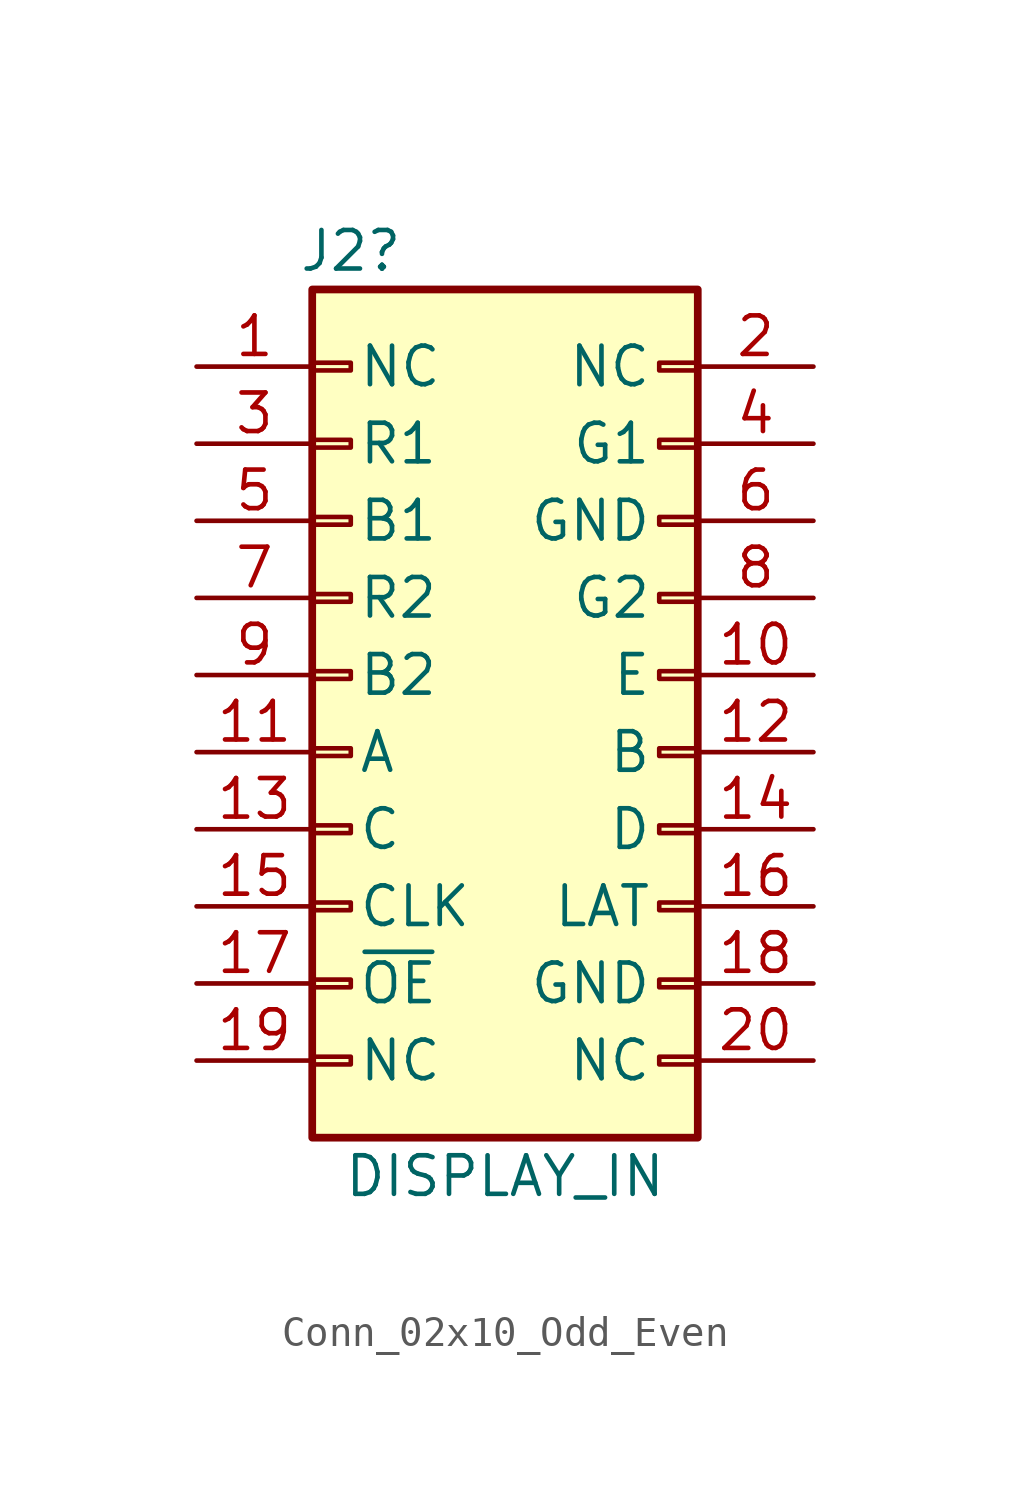
<source format=kicad_sym>
(kicad_symbol_lib
  (version 20220914)
  (generator kicad_symbol_editor)
  (symbol "Conn_02x10_Odd_Even"
    (pin_names
      (offset 1.5))
    (property "Reference" "J2"
      (at -5.08 15.24 0)
      (effects (font (size 1.27 1.27))))
    (property "Value" "DISPLAY_IN"
      (at 0 -15.24 0)
      (effects (font (size 1.27 1.27))))
    (symbol "Conn_02x10_Odd_Even_1_1"
      (rectangle (start -6.35 -11.303) (end -5.08 -11.557) (stroke (width 0.152) (type default)) (fill (type none)))
      (rectangle (start -6.35 -8.763) (end -5.08 -9.017) (stroke (width 0.152) (type default)) (fill (type none)))
      (rectangle (start -6.35 -6.223) (end -5.08 -6.477) (stroke (width 0.152) (type default)) (fill (type none)))
      (rectangle (start -6.35 -3.683) (end -5.08 -3.937) (stroke (width 0.152) (type default)) (fill (type none)))
      (rectangle (start -6.35 -1.143) (end -5.08 -1.397) (stroke (width 0.152) (type default)) (fill (type none)))
      (rectangle (start -6.35 1.397) (end -5.08 1.143) (stroke (width 0.152) (type default)) (fill (type none)))
      (rectangle (start -6.35 3.937) (end -5.08 3.683) (stroke (width 0.152) (type default)) (fill (type none)))
      (rectangle (start -6.35 6.477) (end -5.08 6.223) (stroke (width 0.152) (type default)) (fill (type none)))
      (rectangle (start -6.35 9.017) (end -5.08 8.763) (stroke (width 0.152) (type default)) (fill (type none)))
      (rectangle (start -6.35 11.557) (end -5.08 11.303) (stroke (width 0.152) (type default)) (fill (type none)))
      (rectangle (start -6.35 13.97) (end 6.35 -13.97) (stroke (width 0.254) (type default)) (fill (type background)))
      (rectangle (start 6.35 -11.303) (end 5.08 -11.557) (stroke (width 0.152) (type default)) (fill (type none)))
      (rectangle (start 6.35 -8.763) (end 5.08 -9.017) (stroke (width 0.152) (type default)) (fill (type none)))
      (rectangle (start 6.35 -6.223) (end 5.08 -6.477) (stroke (width 0.152) (type default)) (fill (type none)))
      (rectangle (start 6.35 -3.683) (end 5.08 -3.937) (stroke (width 0.152) (type default)) (fill (type none)))
      (rectangle (start 6.35 -1.143) (end 5.08 -1.397) (stroke (width 0.152) (type default)) (fill (type none)))
      (rectangle (start 6.35 1.397) (end 5.08 1.143) (stroke (width 0.152) (type default)) (fill (type none)))
      (rectangle (start 6.35 3.937) (end 5.08 3.683) (stroke (width 0.152) (type default)) (fill (type none)))
      (rectangle (start 6.35 6.477) (end 5.08 6.223) (stroke (width 0.152) (type default)) (fill (type none)))
      (rectangle (start 6.35 9.017) (end 5.08 8.763) (stroke (width 0.152) (type default)) (fill (type none)))
      (rectangle (start 6.35 11.557) (end 5.08 11.303) (stroke (width 0.152) (type default)) (fill (type none)))
      (pin passive line (at -10.16 11.43 0) (length 3.81) (name "NC" (effects (font (size 1.27 1.27)))) (number "1" (effects (font (size 1.27 1.27)))))
      (pin passive line (at 10.16 1.27 180) (length 3.81) (name "E" (effects (font (size 1.27 1.27)))) (number "10" (effects (font (size 1.27 1.27)))))
      (pin passive line (at -10.16 -1.27 0) (length 3.81) (name "A" (effects (font (size 1.27 1.27)))) (number "11" (effects (font (size 1.27 1.27)))))
      (pin passive line (at 10.16 -1.27 180) (length 3.81) (name "B" (effects (font (size 1.27 1.27)))) (number "12" (effects (font (size 1.27 1.27)))))
      (pin passive line (at -10.16 -3.81 0) (length 3.81) (name "C" (effects (font (size 1.27 1.27)))) (number "13" (effects (font (size 1.27 1.27)))))
      (pin passive line (at 10.16 -3.81 180) (length 3.81) (name "D" (effects (font (size 1.27 1.27)))) (number "14" (effects (font (size 1.27 1.27)))))
      (pin passive line (at -10.16 -6.35 0) (length 3.81) (name "CLK" (effects (font (size 1.27 1.27)))) (number "15" (effects (font (size 1.27 1.27)))))
      (pin passive line (at 10.16 -6.35 180) (length 3.81) (name "LAT" (effects (font (size 1.27 1.27)))) (number "16" (effects (font (size 1.27 1.27)))))
      (pin passive line (at -10.16 -8.89 0) (length 3.81) (name "~{OE}" (effects (font (size 1.27 1.27)))) (number "17" (effects (font (size 1.27 1.27)))))
      (pin passive line (at 10.16 -8.89 180) (length 3.81) (name "GND" (effects (font (size 1.27 1.27)))) (number "18" (effects (font (size 1.27 1.27)))))
      (pin passive line (at -10.16 -11.43 0) (length 3.81) (name "NC" (effects (font (size 1.27 1.27)))) (number "19" (effects (font (size 1.27 1.27)))))
      (pin passive line (at 10.16 11.43 180) (length 3.81) (name "NC" (effects (font (size 1.27 1.27)))) (number "2" (effects (font (size 1.27 1.27)))))
      (pin passive line (at 10.16 -11.43 180) (length 3.81) (name "NC" (effects (font (size 1.27 1.27)))) (number "20" (effects (font (size 1.27 1.27)))))
      (pin passive line (at -10.16 8.89 0) (length 3.81) (name "R1" (effects (font (size 1.27 1.27)))) (number "3" (effects (font (size 1.27 1.27)))))
      (pin passive line (at 10.16 8.89 180) (length 3.81) (name "G1" (effects (font (size 1.27 1.27)))) (number "4" (effects (font (size 1.27 1.27)))))
      (pin passive line (at -10.16 6.35 0) (length 3.81) (name "B1" (effects (font (size 1.27 1.27)))) (number "5" (effects (font (size 1.27 1.27)))))
      (pin passive line (at 10.16 6.35 180) (length 3.81) (name "GND" (effects (font (size 1.27 1.27)))) (number "6" (effects (font (size 1.27 1.27)))))
      (pin passive line (at -10.16 3.81 0) (length 3.81) (name "R2" (effects (font (size 1.27 1.27)))) (number "7" (effects (font (size 1.27 1.27)))))
      (pin passive line (at 10.16 3.81 180) (length 3.81) (name "G2" (effects (font (size 1.27 1.27)))) (number "8" (effects (font (size 1.27 1.27)))))
      (pin passive line (at -10.16 1.27 0) (length 3.81) (name "B2" (effects (font (size 1.27 1.27)))) (number "9" (effects (font (size 1.27 1.27))))))))
</source>
